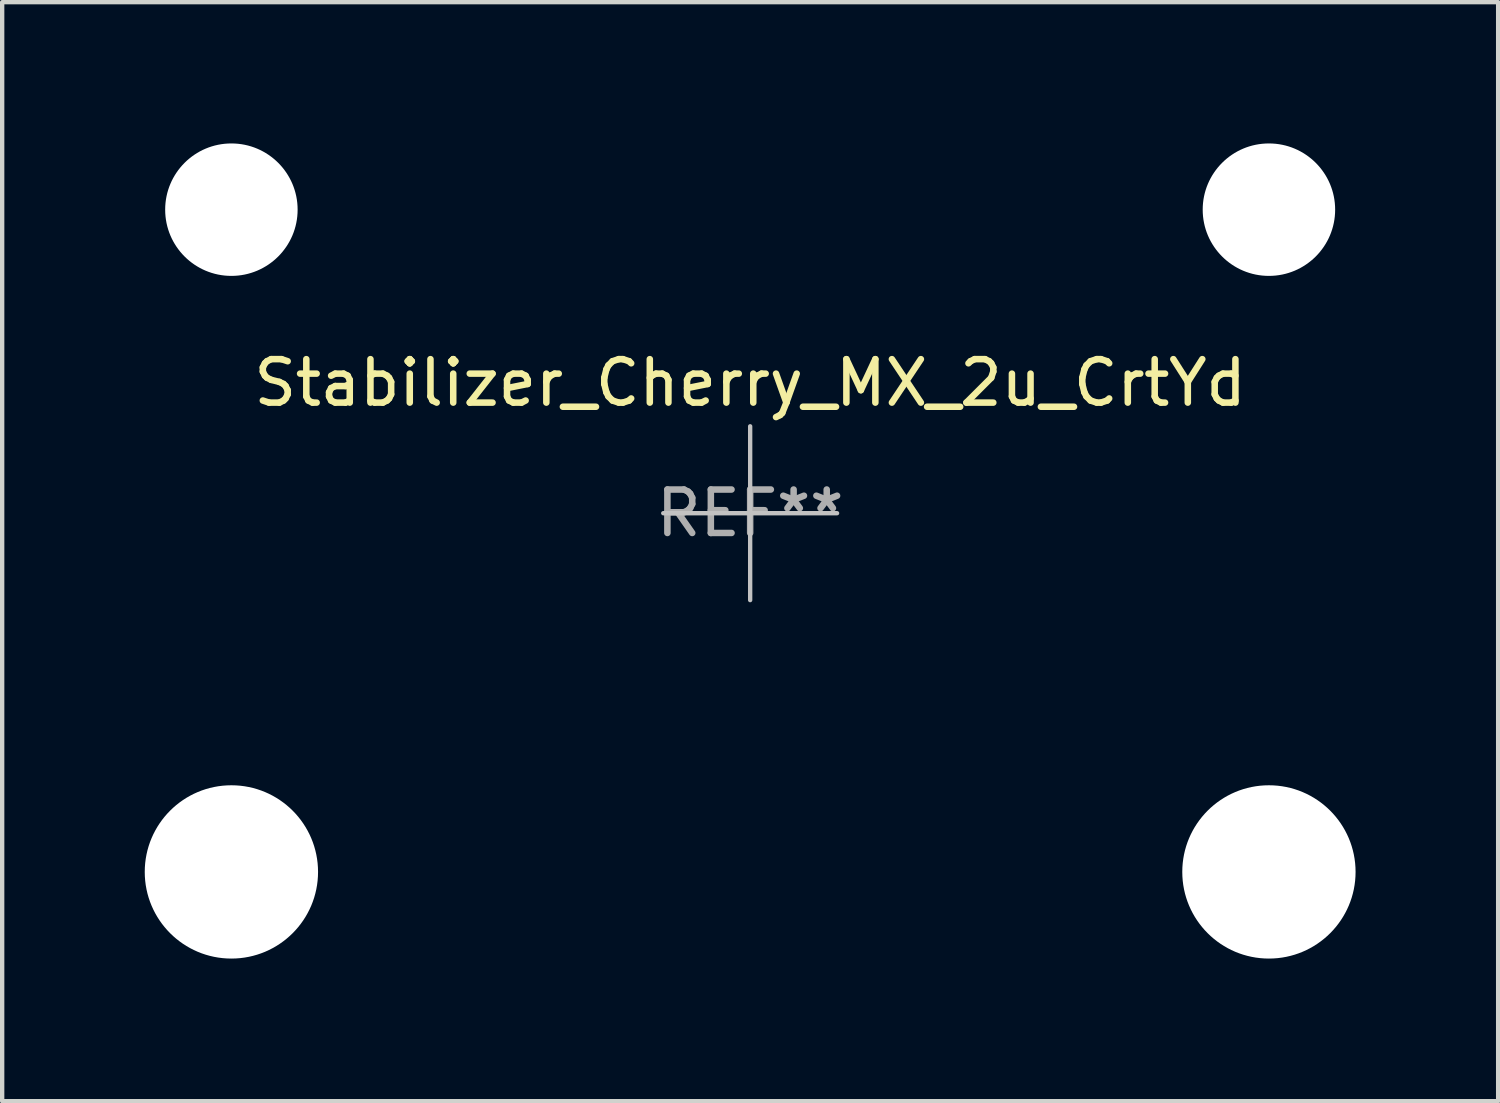
<source format=kicad_pcb>
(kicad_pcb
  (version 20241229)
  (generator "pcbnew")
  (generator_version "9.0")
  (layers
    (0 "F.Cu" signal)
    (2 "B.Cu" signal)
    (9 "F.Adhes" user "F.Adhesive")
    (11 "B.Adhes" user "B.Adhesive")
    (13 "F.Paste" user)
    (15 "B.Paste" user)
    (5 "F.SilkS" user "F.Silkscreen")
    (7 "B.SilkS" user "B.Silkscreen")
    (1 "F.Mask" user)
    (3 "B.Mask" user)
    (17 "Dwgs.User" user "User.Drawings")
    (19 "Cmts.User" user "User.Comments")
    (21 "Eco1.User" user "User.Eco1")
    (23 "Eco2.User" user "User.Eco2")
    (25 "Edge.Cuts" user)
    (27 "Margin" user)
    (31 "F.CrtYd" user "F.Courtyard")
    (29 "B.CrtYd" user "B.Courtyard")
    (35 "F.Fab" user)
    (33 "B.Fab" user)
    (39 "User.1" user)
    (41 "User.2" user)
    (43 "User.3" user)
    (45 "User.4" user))
  (footprint "Stabilizer_Cherry_MX_2u_CrtYd"
    (layer "F.Cu")
    (at 14.213 8.76)
    (property "Reference" "Stabilizer_Cherry_MX_2u_CrtYd" (at 0 -3 0) (layer "F.SilkS") (effects (font (size 1 1) (thickness 0.15))))
    (attr exclude_from_pos_files exclude_from_bom)
    (fp_line (start -2 0) (end 2 0) (stroke (width 0.1) (type solid)) (layer "Dwgs.User"))
    (fp_line (start 0 2) (end 0 -2) (stroke (width 0.1) (type solid)) (layer "Dwgs.User"))
    (fp_circle (center -11.938 -6.985) (end -10.188 -6.985) (stroke (width 0.05) (type solid)) (fill no) (layer "Eco1.User"))
    (fp_circle (center -11.938 8.255) (end -9.688 8.255) (stroke (width 0.05) (type solid)) (fill no) (layer "Eco1.User"))
    (fp_circle (center 11.938 -6.985) (end 13.688 -6.985) (stroke (width 0.05) (type solid)) (fill no) (layer "Eco1.User"))
    (fp_circle (center 11.938 8.255) (end 14.188 8.255) (stroke (width 0.05) (type solid)) (fill no) (layer "Eco1.User"))
    (fp_text user "REF**" (at 0 0 0) (layer "F.Fab") (effects (font (size 1 1) (thickness 0.15))))
    (pad "" np_thru_hole circle (at -11.938 -6.985) (size 3.048 3.048) (drill 3.048) (layers "*.Cu" "*.Mask"))
    (pad "" np_thru_hole circle (at -11.938 8.255) (size 3.988 3.988) (drill 3.988) (layers "*.Cu" "*.Mask"))
    (pad "" np_thru_hole circle (at 11.938 -6.985) (size 3.048 3.048) (drill 3.048) (layers "*.Cu" "*.Mask"))
    (pad "" np_thru_hole circle (at 11.938 8.255) (size 3.988 3.988) (drill 3.988) (layers "*.Cu" "*.Mask")))
  (gr_rect
    (start -3 -3)
    (end 31.426 22.29)
    (stroke (width 0.1) (type default))
    (fill no)
    (layer "Edge.Cuts")))
</source>
